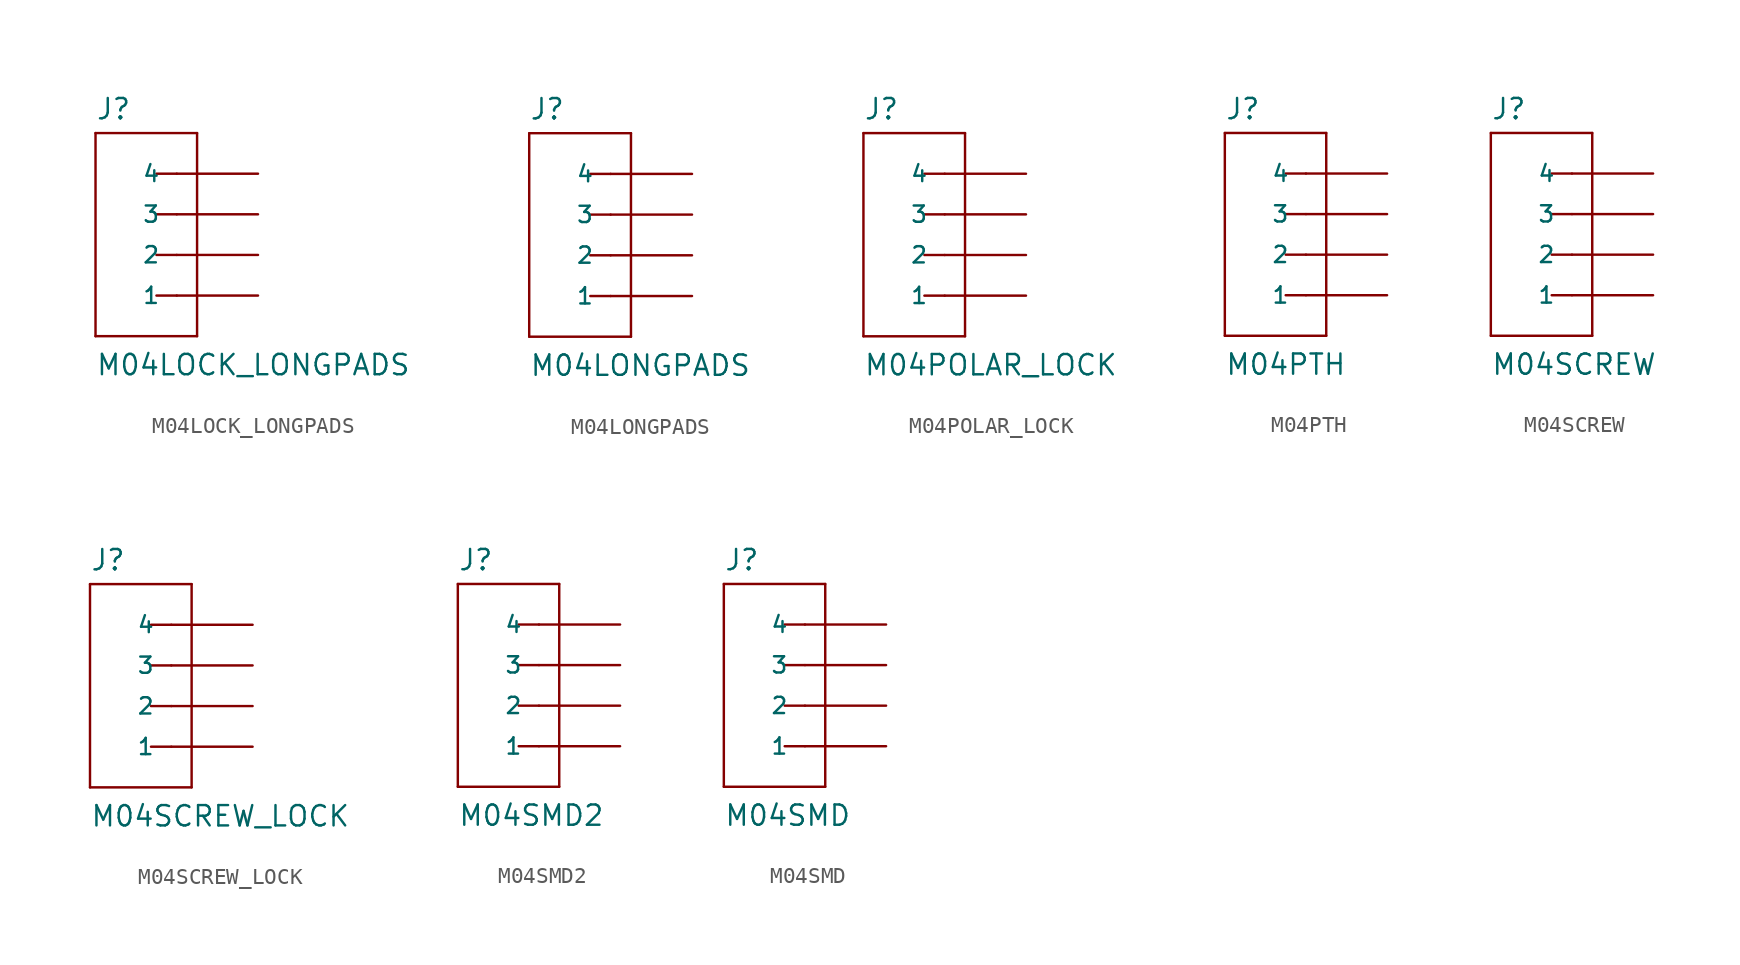
<source format=kicad_sym>
(kicad_symbol_lib
  (version 20211014)
  (generator kicad_symbol_editor)
  (symbol "M04LOCK_LONGPADS"
    (pin_numbers hide)
    (pin_names
      (offset 1.016))
    (property "Reference" "J"
      (at -5.08 8.382 0)
      (effects (font (size 1.27 1.27)) (justify left bottom)))
    (property "Value" "M04LOCK_LONGPADS"
      (at -5.08 -7.62 0)
      (effects (font (size 1.27 1.27)) (justify left bottom)))
    (property "Datasheet" ""
      (at 0 0 0)
      (effects (font (size 1.524 1.524))))
    (property "ki_locked" ""
      (at 0 0 0)
      (effects (font (size 1.27 1.27))))
    (symbol "M04LOCK_LONGPADS_1_0"
      (polyline (pts (xy -5.08 7.62) (xy -5.08 -5.08)) (stroke (width 0) (type default) (color 0 0 0 0)) (fill (type none)))
      (polyline (pts (xy -5.08 7.62) (xy 1.27 7.62)) (stroke (width 0) (type default) (color 0 0 0 0)) (fill (type none)))
      (polyline (pts (xy -1.27 -2.54) (xy 0 -2.54)) (stroke (width 0) (type default) (color 0 0 0 0)) (fill (type none)))
      (polyline (pts (xy -1.27 0) (xy 0 0)) (stroke (width 0) (type default) (color 0 0 0 0)) (fill (type none)))
      (polyline (pts (xy -1.27 2.54) (xy 0 2.54)) (stroke (width 0) (type default) (color 0 0 0 0)) (fill (type none)))
      (polyline (pts (xy -1.27 5.08) (xy 0 5.08)) (stroke (width 0) (type default) (color 0 0 0 0)) (fill (type none)))
      (polyline (pts (xy 1.27 -5.08) (xy -5.08 -5.08)) (stroke (width 0) (type default) (color 0 0 0 0)) (fill (type none)))
      (polyline (pts (xy 1.27 -5.08) (xy 1.27 7.62)) (stroke (width 0) (type default) (color 0 0 0 0)) (fill (type none))))
    (symbol "M04LOCK_LONGPADS_1_1"
      (pin passive line (at 5.08 -2.54 180) (length 5.08) (name "1" (effects (font (size 1.016 1.016)))) (number "1" (effects (font (size 1.016 1.016)))))
      (pin passive line (at 5.08 0 180) (length 5.08) (name "2" (effects (font (size 1.016 1.016)))) (number "2" (effects (font (size 1.016 1.016)))))
      (pin passive line (at 5.08 2.54 180) (length 5.08) (name "3" (effects (font (size 1.016 1.016)))) (number "3" (effects (font (size 1.016 1.016)))))
      (pin passive line (at 5.08 5.08 180) (length 5.08) (name "4" (effects (font (size 1.016 1.016)))) (number "4" (effects (font (size 1.016 1.016)))))))
  (symbol "M04LONGPADS"
    (pin_numbers hide)
    (pin_names
      (offset 1.016))
    (property "Reference" "J"
      (at -5.08 8.382 0)
      (effects (font (size 1.27 1.27)) (justify left bottom)))
    (property "Value" "M04LONGPADS"
      (at -5.08 -7.62 0)
      (effects (font (size 1.27 1.27)) (justify left bottom)))
    (property "Datasheet" ""
      (at 0 0 0)
      (effects (font (size 1.524 1.524))))
    (property "ki_locked" ""
      (at 0 0 0)
      (effects (font (size 1.27 1.27))))
    (symbol "M04LONGPADS_1_0"
      (polyline (pts (xy -5.08 7.62) (xy -5.08 -5.08)) (stroke (width 0) (type default) (color 0 0 0 0)) (fill (type none)))
      (polyline (pts (xy -5.08 7.62) (xy 1.27 7.62)) (stroke (width 0) (type default) (color 0 0 0 0)) (fill (type none)))
      (polyline (pts (xy -1.27 -2.54) (xy 0 -2.54)) (stroke (width 0) (type default) (color 0 0 0 0)) (fill (type none)))
      (polyline (pts (xy -1.27 0) (xy 0 0)) (stroke (width 0) (type default) (color 0 0 0 0)) (fill (type none)))
      (polyline (pts (xy -1.27 2.54) (xy 0 2.54)) (stroke (width 0) (type default) (color 0 0 0 0)) (fill (type none)))
      (polyline (pts (xy -1.27 5.08) (xy 0 5.08)) (stroke (width 0) (type default) (color 0 0 0 0)) (fill (type none)))
      (polyline (pts (xy 1.27 -5.08) (xy -5.08 -5.08)) (stroke (width 0) (type default) (color 0 0 0 0)) (fill (type none)))
      (polyline (pts (xy 1.27 -5.08) (xy 1.27 7.62)) (stroke (width 0) (type default) (color 0 0 0 0)) (fill (type none))))
    (symbol "M04LONGPADS_1_1"
      (pin passive line (at 5.08 -2.54 180) (length 5.08) (name "1" (effects (font (size 1.016 1.016)))) (number "1" (effects (font (size 1.016 1.016)))))
      (pin passive line (at 5.08 0 180) (length 5.08) (name "2" (effects (font (size 1.016 1.016)))) (number "2" (effects (font (size 1.016 1.016)))))
      (pin passive line (at 5.08 2.54 180) (length 5.08) (name "3" (effects (font (size 1.016 1.016)))) (number "3" (effects (font (size 1.016 1.016)))))
      (pin passive line (at 5.08 5.08 180) (length 5.08) (name "4" (effects (font (size 1.016 1.016)))) (number "4" (effects (font (size 1.016 1.016)))))))
  (symbol "M04POLAR_LOCK"
    (pin_numbers hide)
    (pin_names
      (offset 1.016))
    (property "Reference" "J"
      (at -5.08 8.382 0)
      (effects (font (size 1.27 1.27)) (justify left bottom)))
    (property "Value" "M04POLAR_LOCK"
      (at -5.08 -7.62 0)
      (effects (font (size 1.27 1.27)) (justify left bottom)))
    (property "Datasheet" ""
      (at 0 0 0)
      (effects (font (size 1.524 1.524))))
    (property "ki_locked" ""
      (at 0 0 0)
      (effects (font (size 1.27 1.27))))
    (symbol "M04POLAR_LOCK_1_0"
      (polyline (pts (xy -5.08 7.62) (xy -5.08 -5.08)) (stroke (width 0) (type default) (color 0 0 0 0)) (fill (type none)))
      (polyline (pts (xy -5.08 7.62) (xy 1.27 7.62)) (stroke (width 0) (type default) (color 0 0 0 0)) (fill (type none)))
      (polyline (pts (xy -1.27 -2.54) (xy 0 -2.54)) (stroke (width 0) (type default) (color 0 0 0 0)) (fill (type none)))
      (polyline (pts (xy -1.27 0) (xy 0 0)) (stroke (width 0) (type default) (color 0 0 0 0)) (fill (type none)))
      (polyline (pts (xy -1.27 2.54) (xy 0 2.54)) (stroke (width 0) (type default) (color 0 0 0 0)) (fill (type none)))
      (polyline (pts (xy -1.27 5.08) (xy 0 5.08)) (stroke (width 0) (type default) (color 0 0 0 0)) (fill (type none)))
      (polyline (pts (xy 1.27 -5.08) (xy -5.08 -5.08)) (stroke (width 0) (type default) (color 0 0 0 0)) (fill (type none)))
      (polyline (pts (xy 1.27 -5.08) (xy 1.27 7.62)) (stroke (width 0) (type default) (color 0 0 0 0)) (fill (type none))))
    (symbol "M04POLAR_LOCK_1_1"
      (pin passive line (at 5.08 -2.54 180) (length 5.08) (name "1" (effects (font (size 1.016 1.016)))) (number "1" (effects (font (size 1.016 1.016)))))
      (pin passive line (at 5.08 0 180) (length 5.08) (name "2" (effects (font (size 1.016 1.016)))) (number "2" (effects (font (size 1.016 1.016)))))
      (pin passive line (at 5.08 2.54 180) (length 5.08) (name "3" (effects (font (size 1.016 1.016)))) (number "3" (effects (font (size 1.016 1.016)))))
      (pin passive line (at 5.08 5.08 180) (length 5.08) (name "4" (effects (font (size 1.016 1.016)))) (number "4" (effects (font (size 1.016 1.016)))))))
  (symbol "M04PTH"
    (pin_numbers hide)
    (pin_names
      (offset 1.016))
    (property "Reference" "J"
      (at -5.08 8.382 0)
      (effects (font (size 1.27 1.27)) (justify left bottom)))
    (property "Value" "M04PTH"
      (at -5.08 -7.62 0)
      (effects (font (size 1.27 1.27)) (justify left bottom)))
    (property "Datasheet" ""
      (at 0 0 0)
      (effects (font (size 1.524 1.524))))
    (property "ki_locked" ""
      (at 0 0 0)
      (effects (font (size 1.27 1.27))))
    (symbol "M04PTH_1_0"
      (polyline (pts (xy -5.08 7.62) (xy -5.08 -5.08)) (stroke (width 0) (type default) (color 0 0 0 0)) (fill (type none)))
      (polyline (pts (xy -5.08 7.62) (xy 1.27 7.62)) (stroke (width 0) (type default) (color 0 0 0 0)) (fill (type none)))
      (polyline (pts (xy -1.27 -2.54) (xy 0 -2.54)) (stroke (width 0) (type default) (color 0 0 0 0)) (fill (type none)))
      (polyline (pts (xy -1.27 0) (xy 0 0)) (stroke (width 0) (type default) (color 0 0 0 0)) (fill (type none)))
      (polyline (pts (xy -1.27 2.54) (xy 0 2.54)) (stroke (width 0) (type default) (color 0 0 0 0)) (fill (type none)))
      (polyline (pts (xy -1.27 5.08) (xy 0 5.08)) (stroke (width 0) (type default) (color 0 0 0 0)) (fill (type none)))
      (polyline (pts (xy 1.27 -5.08) (xy -5.08 -5.08)) (stroke (width 0) (type default) (color 0 0 0 0)) (fill (type none)))
      (polyline (pts (xy 1.27 -5.08) (xy 1.27 7.62)) (stroke (width 0) (type default) (color 0 0 0 0)) (fill (type none))))
    (symbol "M04PTH_1_1"
      (pin passive line (at 5.08 -2.54 180) (length 5.08) (name "1" (effects (font (size 1.016 1.016)))) (number "1" (effects (font (size 1.016 1.016)))))
      (pin passive line (at 5.08 0 180) (length 5.08) (name "2" (effects (font (size 1.016 1.016)))) (number "2" (effects (font (size 1.016 1.016)))))
      (pin passive line (at 5.08 2.54 180) (length 5.08) (name "3" (effects (font (size 1.016 1.016)))) (number "3" (effects (font (size 1.016 1.016)))))
      (pin passive line (at 5.08 5.08 180) (length 5.08) (name "4" (effects (font (size 1.016 1.016)))) (number "4" (effects (font (size 1.016 1.016)))))))
  (symbol "M04SCREW"
    (pin_numbers hide)
    (pin_names
      (offset 1.016))
    (property "Reference" "J"
      (at -5.08 8.382 0)
      (effects (font (size 1.27 1.27)) (justify left bottom)))
    (property "Value" "M04SCREW"
      (at -5.08 -7.62 0)
      (effects (font (size 1.27 1.27)) (justify left bottom)))
    (property "Datasheet" ""
      (at 0 0 0)
      (effects (font (size 1.524 1.524))))
    (property "ki_locked" ""
      (at 0 0 0)
      (effects (font (size 1.27 1.27))))
    (symbol "M04SCREW_1_0"
      (polyline (pts (xy -5.08 7.62) (xy -5.08 -5.08)) (stroke (width 0) (type default) (color 0 0 0 0)) (fill (type none)))
      (polyline (pts (xy -5.08 7.62) (xy 1.27 7.62)) (stroke (width 0) (type default) (color 0 0 0 0)) (fill (type none)))
      (polyline (pts (xy -1.27 -2.54) (xy 0 -2.54)) (stroke (width 0) (type default) (color 0 0 0 0)) (fill (type none)))
      (polyline (pts (xy -1.27 0) (xy 0 0)) (stroke (width 0) (type default) (color 0 0 0 0)) (fill (type none)))
      (polyline (pts (xy -1.27 2.54) (xy 0 2.54)) (stroke (width 0) (type default) (color 0 0 0 0)) (fill (type none)))
      (polyline (pts (xy -1.27 5.08) (xy 0 5.08)) (stroke (width 0) (type default) (color 0 0 0 0)) (fill (type none)))
      (polyline (pts (xy 1.27 -5.08) (xy -5.08 -5.08)) (stroke (width 0) (type default) (color 0 0 0 0)) (fill (type none)))
      (polyline (pts (xy 1.27 -5.08) (xy 1.27 7.62)) (stroke (width 0) (type default) (color 0 0 0 0)) (fill (type none))))
    (symbol "M04SCREW_1_1"
      (pin passive line (at 5.08 -2.54 180) (length 5.08) (name "1" (effects (font (size 1.016 1.016)))) (number "1" (effects (font (size 1.016 1.016)))))
      (pin passive line (at 5.08 0 180) (length 5.08) (name "2" (effects (font (size 1.016 1.016)))) (number "2" (effects (font (size 1.016 1.016)))))
      (pin passive line (at 5.08 2.54 180) (length 5.08) (name "3" (effects (font (size 1.016 1.016)))) (number "3" (effects (font (size 1.016 1.016)))))
      (pin passive line (at 5.08 5.08 180) (length 5.08) (name "4" (effects (font (size 1.016 1.016)))) (number "4" (effects (font (size 1.016 1.016)))))))
  (symbol "M04SCREW_LOCK"
    (pin_numbers hide)
    (pin_names
      (offset 1.016))
    (property "Reference" "J"
      (at -5.08 8.382 0)
      (effects (font (size 1.27 1.27)) (justify left bottom)))
    (property "Value" "M04SCREW_LOCK"
      (at -5.08 -7.62 0)
      (effects (font (size 1.27 1.27)) (justify left bottom)))
    (property "Datasheet" ""
      (at 0 0 0)
      (effects (font (size 1.524 1.524))))
    (property "ki_locked" ""
      (at 0 0 0)
      (effects (font (size 1.27 1.27))))
    (symbol "M04SCREW_LOCK_1_0"
      (polyline (pts (xy -5.08 7.62) (xy -5.08 -5.08)) (stroke (width 0) (type default) (color 0 0 0 0)) (fill (type none)))
      (polyline (pts (xy -5.08 7.62) (xy 1.27 7.62)) (stroke (width 0) (type default) (color 0 0 0 0)) (fill (type none)))
      (polyline (pts (xy -1.27 -2.54) (xy 0 -2.54)) (stroke (width 0) (type default) (color 0 0 0 0)) (fill (type none)))
      (polyline (pts (xy -1.27 0) (xy 0 0)) (stroke (width 0) (type default) (color 0 0 0 0)) (fill (type none)))
      (polyline (pts (xy -1.27 2.54) (xy 0 2.54)) (stroke (width 0) (type default) (color 0 0 0 0)) (fill (type none)))
      (polyline (pts (xy -1.27 5.08) (xy 0 5.08)) (stroke (width 0) (type default) (color 0 0 0 0)) (fill (type none)))
      (polyline (pts (xy 1.27 -5.08) (xy -5.08 -5.08)) (stroke (width 0) (type default) (color 0 0 0 0)) (fill (type none)))
      (polyline (pts (xy 1.27 -5.08) (xy 1.27 7.62)) (stroke (width 0) (type default) (color 0 0 0 0)) (fill (type none))))
    (symbol "M04SCREW_LOCK_1_1"
      (pin passive line (at 5.08 -2.54 180) (length 5.08) (name "1" (effects (font (size 1.016 1.016)))) (number "1" (effects (font (size 1.016 1.016)))))
      (pin passive line (at 5.08 0 180) (length 5.08) (name "2" (effects (font (size 1.016 1.016)))) (number "2" (effects (font (size 1.016 1.016)))))
      (pin passive line (at 5.08 2.54 180) (length 5.08) (name "3" (effects (font (size 1.016 1.016)))) (number "3" (effects (font (size 1.016 1.016)))))
      (pin passive line (at 5.08 5.08 180) (length 5.08) (name "4" (effects (font (size 1.016 1.016)))) (number "4" (effects (font (size 1.016 1.016)))))))
  (symbol "M04SMD2"
    (pin_numbers hide)
    (pin_names
      (offset 1.016))
    (property "Reference" "J"
      (at -5.08 8.382 0)
      (effects (font (size 1.27 1.27)) (justify left bottom)))
    (property "Value" "M04SMD2"
      (at -5.08 -7.62 0)
      (effects (font (size 1.27 1.27)) (justify left bottom)))
    (property "Datasheet" ""
      (at 0 0 0)
      (effects (font (size 1.524 1.524))))
    (property "ki_locked" ""
      (at 0 0 0)
      (effects (font (size 1.27 1.27))))
    (symbol "M04SMD2_1_0"
      (polyline (pts (xy -5.08 7.62) (xy -5.08 -5.08)) (stroke (width 0) (type default) (color 0 0 0 0)) (fill (type none)))
      (polyline (pts (xy -5.08 7.62) (xy 1.27 7.62)) (stroke (width 0) (type default) (color 0 0 0 0)) (fill (type none)))
      (polyline (pts (xy -1.27 -2.54) (xy 0 -2.54)) (stroke (width 0) (type default) (color 0 0 0 0)) (fill (type none)))
      (polyline (pts (xy -1.27 0) (xy 0 0)) (stroke (width 0) (type default) (color 0 0 0 0)) (fill (type none)))
      (polyline (pts (xy -1.27 2.54) (xy 0 2.54)) (stroke (width 0) (type default) (color 0 0 0 0)) (fill (type none)))
      (polyline (pts (xy -1.27 5.08) (xy 0 5.08)) (stroke (width 0) (type default) (color 0 0 0 0)) (fill (type none)))
      (polyline (pts (xy 1.27 -5.08) (xy -5.08 -5.08)) (stroke (width 0) (type default) (color 0 0 0 0)) (fill (type none)))
      (polyline (pts (xy 1.27 -5.08) (xy 1.27 7.62)) (stroke (width 0) (type default) (color 0 0 0 0)) (fill (type none))))
    (symbol "M04SMD2_1_1"
      (pin passive line (at 5.08 -2.54 180) (length 5.08) (name "1" (effects (font (size 1.016 1.016)))) (number "1" (effects (font (size 1.016 1.016)))))
      (pin passive line (at 5.08 0 180) (length 5.08) (name "2" (effects (font (size 1.016 1.016)))) (number "2" (effects (font (size 1.016 1.016)))))
      (pin passive line (at 5.08 2.54 180) (length 5.08) (name "3" (effects (font (size 1.016 1.016)))) (number "3" (effects (font (size 1.016 1.016)))))
      (pin passive line (at 5.08 5.08 180) (length 5.08) (name "4" (effects (font (size 1.016 1.016)))) (number "4" (effects (font (size 1.016 1.016)))))))
  (symbol "M04SMD"
    (pin_numbers hide)
    (pin_names
      (offset 1.016))
    (property "Reference" "J"
      (at -5.08 8.382 0)
      (effects (font (size 1.27 1.27)) (justify left bottom)))
    (property "Value" "M04SMD"
      (at -5.08 -7.62 0)
      (effects (font (size 1.27 1.27)) (justify left bottom)))
    (property "Datasheet" ""
      (at 0 0 0)
      (effects (font (size 1.524 1.524))))
    (property "ki_locked" ""
      (at 0 0 0)
      (effects (font (size 1.27 1.27))))
    (symbol "M04SMD_1_0"
      (polyline (pts (xy -5.08 7.62) (xy -5.08 -5.08)) (stroke (width 0) (type default) (color 0 0 0 0)) (fill (type none)))
      (polyline (pts (xy -5.08 7.62) (xy 1.27 7.62)) (stroke (width 0) (type default) (color 0 0 0 0)) (fill (type none)))
      (polyline (pts (xy -1.27 -2.54) (xy 0 -2.54)) (stroke (width 0) (type default) (color 0 0 0 0)) (fill (type none)))
      (polyline (pts (xy -1.27 0) (xy 0 0)) (stroke (width 0) (type default) (color 0 0 0 0)) (fill (type none)))
      (polyline (pts (xy -1.27 2.54) (xy 0 2.54)) (stroke (width 0) (type default) (color 0 0 0 0)) (fill (type none)))
      (polyline (pts (xy -1.27 5.08) (xy 0 5.08)) (stroke (width 0) (type default) (color 0 0 0 0)) (fill (type none)))
      (polyline (pts (xy 1.27 -5.08) (xy -5.08 -5.08)) (stroke (width 0) (type default) (color 0 0 0 0)) (fill (type none)))
      (polyline (pts (xy 1.27 -5.08) (xy 1.27 7.62)) (stroke (width 0) (type default) (color 0 0 0 0)) (fill (type none))))
    (symbol "M04SMD_1_1"
      (pin passive line (at 5.08 -2.54 180) (length 5.08) (name "1" (effects (font (size 1.016 1.016)))) (number "1" (effects (font (size 1.016 1.016)))))
      (pin passive line (at 5.08 0 180) (length 5.08) (name "2" (effects (font (size 1.016 1.016)))) (number "2" (effects (font (size 1.016 1.016)))))
      (pin passive line (at 5.08 2.54 180) (length 5.08) (name "3" (effects (font (size 1.016 1.016)))) (number "3" (effects (font (size 1.016 1.016)))))
      (pin passive line (at 5.08 5.08 180) (length 5.08) (name "4" (effects (font (size 1.016 1.016)))) (number "4" (effects (font (size 1.016 1.016))))))))
</source>
